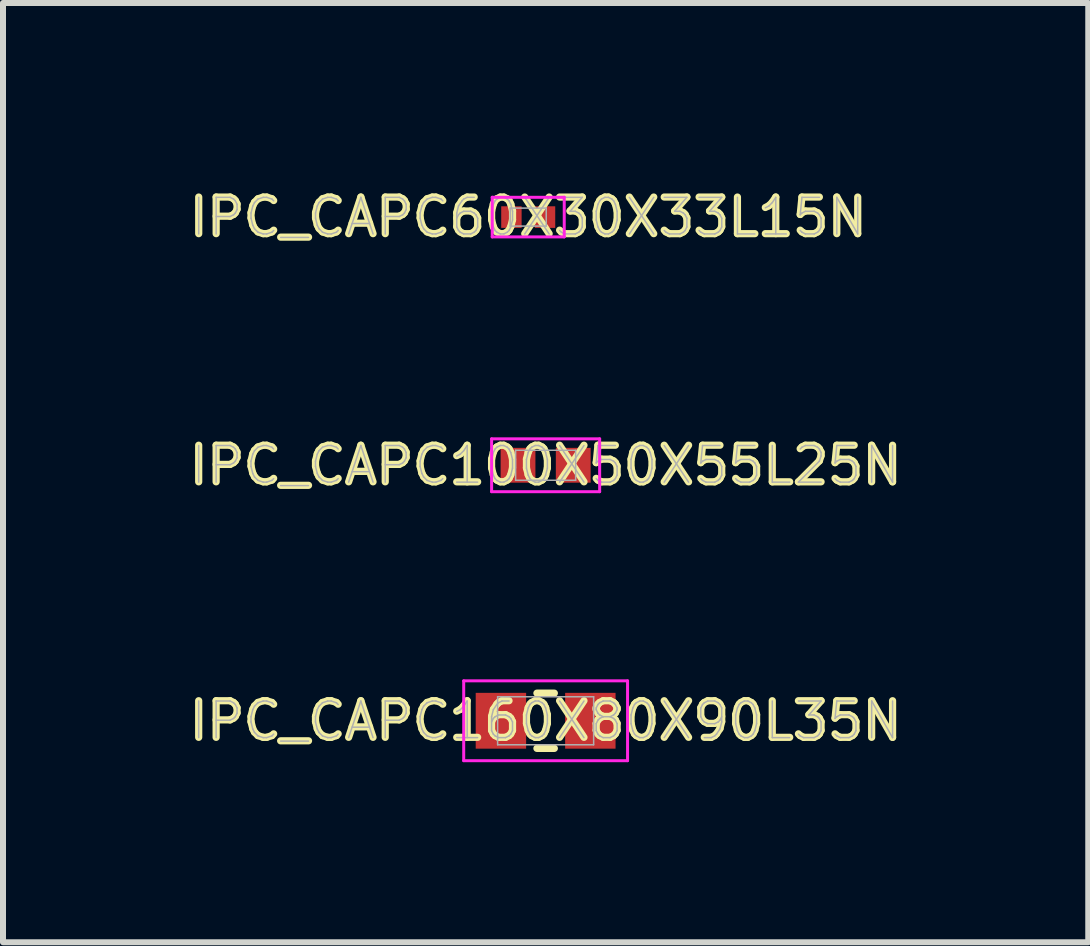
<source format=kicad_pcb>
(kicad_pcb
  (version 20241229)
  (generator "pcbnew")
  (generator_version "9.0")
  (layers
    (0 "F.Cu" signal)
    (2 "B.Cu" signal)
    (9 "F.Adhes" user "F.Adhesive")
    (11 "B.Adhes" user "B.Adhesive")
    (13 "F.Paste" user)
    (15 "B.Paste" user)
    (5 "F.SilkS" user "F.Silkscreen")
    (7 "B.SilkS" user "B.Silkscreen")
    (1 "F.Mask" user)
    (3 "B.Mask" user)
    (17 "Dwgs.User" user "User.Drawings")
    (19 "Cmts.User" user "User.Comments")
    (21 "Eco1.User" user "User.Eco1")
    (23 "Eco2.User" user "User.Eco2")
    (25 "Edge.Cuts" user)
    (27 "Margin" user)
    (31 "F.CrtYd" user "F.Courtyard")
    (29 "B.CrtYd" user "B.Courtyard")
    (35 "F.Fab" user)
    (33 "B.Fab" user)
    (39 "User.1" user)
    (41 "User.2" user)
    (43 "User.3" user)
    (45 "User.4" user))
  (footprint "IPC_CAPC100X50X55L25N"
    (layer "F.Cu")
    (at 6.041 4.702)
    (property "Reference" "IPC_CAPC100X50X55L25N" (at 0 0 0) (layer "F.SilkS") (effects (font (size 0.61 0.61) (thickness 0.12))))
    (attr smd)
    (fp_line (start -0.9 -0.44) (end 0.9 -0.44) (stroke (width 0.05) (type solid)) (layer "F.CrtYd"))
    (fp_line (start -0.9 0.44) (end -0.9 -0.44) (stroke (width 0.05) (type solid)) (layer "F.CrtYd"))
    (fp_line (start 0.9 -0.44) (end 0.9 0.44) (stroke (width 0.05) (type solid)) (layer "F.CrtYd"))
    (fp_line (start 0.9 0.44) (end -0.9 0.44) (stroke (width 0.05) (type solid)) (layer "F.CrtYd"))
    (fp_line (start -0.5 -0.25) (end 0.5 -0.25) (stroke (width 0.025) (type solid)) (layer "F.Fab"))
    (fp_line (start -0.5 0.25) (end -0.5 -0.25) (stroke (width 0.025) (type solid)) (layer "F.Fab"))
    (fp_line (start 0.5 -0.25) (end 0.5 0.25) (stroke (width 0.025) (type solid)) (layer "F.Fab"))
    (fp_line (start 0.5 0.25) (end -0.5 0.25) (stroke (width 0.025) (type solid)) (layer "F.Fab"))
    (fp_text user "${REFERENCE}" (at 0 0 0) (layer "F.Fab") (effects (font (size 0.61 0.61) (thickness 0.025))))
    (pad "1" smd rect (at -0.46 0) (size 0.58 0.58) (layers "F.Cu" "F.Mask" "F.Paste"))
    (pad "2" smd rect (at 0.46 0) (size 0.58 0.58) (layers "F.Cu" "F.Mask" "F.Paste")))
  (footprint "IPC_CAPC60X30X33L15N"
    (layer "F.Cu")
    (at 5.751 0.567)
    (property "Reference" "IPC_CAPC60X30X33L15N" (at 0 0 0) (layer "F.SilkS") (effects (font (size 0.61 0.61) (thickness 0.12))))
    (attr smd)
    (fp_line (start -0.6 -0.33) (end 0.6 -0.33) (stroke (width 0.05) (type solid)) (layer "F.CrtYd"))
    (fp_line (start -0.6 0.33) (end -0.6 -0.33) (stroke (width 0.05) (type solid)) (layer "F.CrtYd"))
    (fp_line (start 0.6 -0.33) (end 0.6 0.33) (stroke (width 0.05) (type solid)) (layer "F.CrtYd"))
    (fp_line (start 0.6 0.33) (end -0.6 0.33) (stroke (width 0.05) (type solid)) (layer "F.CrtYd"))
    (fp_line (start -0.3 -0.15) (end 0.3 -0.15) (stroke (width 0.025) (type solid)) (layer "F.Fab"))
    (fp_line (start -0.3 0.15) (end -0.3 -0.15) (stroke (width 0.025) (type solid)) (layer "F.Fab"))
    (fp_line (start 0.3 -0.15) (end 0.3 0.15) (stroke (width 0.025) (type solid)) (layer "F.Fab"))
    (fp_line (start 0.3 0.15) (end -0.3 0.15) (stroke (width 0.025) (type solid)) (layer "F.Fab"))
    (fp_text user "${REFERENCE}" (at 0 0 0) (layer "F.Fab") (effects (font (size 0.61 0.61) (thickness 0.025))))
    (pad "1" smd rect (at -0.28 0) (size 0.34 0.36) (layers "F.Cu" "F.Mask" "F.Paste"))
    (pad "2" smd rect (at 0.28 0) (size 0.34 0.36) (layers "F.Cu" "F.Mask" "F.Paste")))
  (footprint "IPC_CAPC160X80X90L35N"
    (layer "F.Cu")
    (at 6.041 8.959)
    (property "Reference" "IPC_CAPC160X80X90L35N" (at 0 0 0) (layer "F.SilkS") (effects (font (size 0.61 0.61) (thickness 0.12))))
    (attr smd)
    (fp_line (start -0.145 0.46) (end 0.145 0.46) (stroke (width 0.12) (type solid)) (layer "F.SilkS"))
    (fp_line (start 0.145 -0.46) (end -0.145 -0.46) (stroke (width 0.12) (type solid)) (layer "F.SilkS"))
    (fp_line (start -1.365 -0.665) (end 1.365 -0.665) (stroke (width 0.05) (type solid)) (layer "F.CrtYd"))
    (fp_line (start -1.365 0.665) (end -1.365 -0.665) (stroke (width 0.05) (type solid)) (layer "F.CrtYd"))
    (fp_line (start 1.365 -0.665) (end 1.365 0.665) (stroke (width 0.05) (type solid)) (layer "F.CrtYd"))
    (fp_line (start 1.365 0.665) (end -1.365 0.665) (stroke (width 0.05) (type solid)) (layer "F.CrtYd"))
    (fp_line (start -0.8 -0.4) (end 0.8 -0.4) (stroke (width 0.025) (type solid)) (layer "F.Fab"))
    (fp_line (start -0.8 0.4) (end -0.8 -0.4) (stroke (width 0.025) (type solid)) (layer "F.Fab"))
    (fp_line (start 0.8 -0.4) (end 0.8 0.4) (stroke (width 0.025) (type solid)) (layer "F.Fab"))
    (fp_line (start 0.8 0.4) (end -0.8 0.4) (stroke (width 0.025) (type solid)) (layer "F.Fab"))
    (fp_text user "${REFERENCE}" (at 0 0 0) (layer "F.Fab") (effects (font (size 0.61 0.61) (thickness 0.025))))
    (pad "1" smd rect (at -0.745 0) (size 0.84 0.93) (layers "F.Cu" "F.Mask" "F.Paste"))
    (pad "2" smd rect (at 0.745 0) (size 0.84 0.93) (layers "F.Cu" "F.Mask" "F.Paste")))
  (gr_rect
    (start -3 -3)
    (end 15.082 12.649)
    (stroke (width 0.1) (type default))
    (fill no)
    (layer "Edge.Cuts")))
</source>
